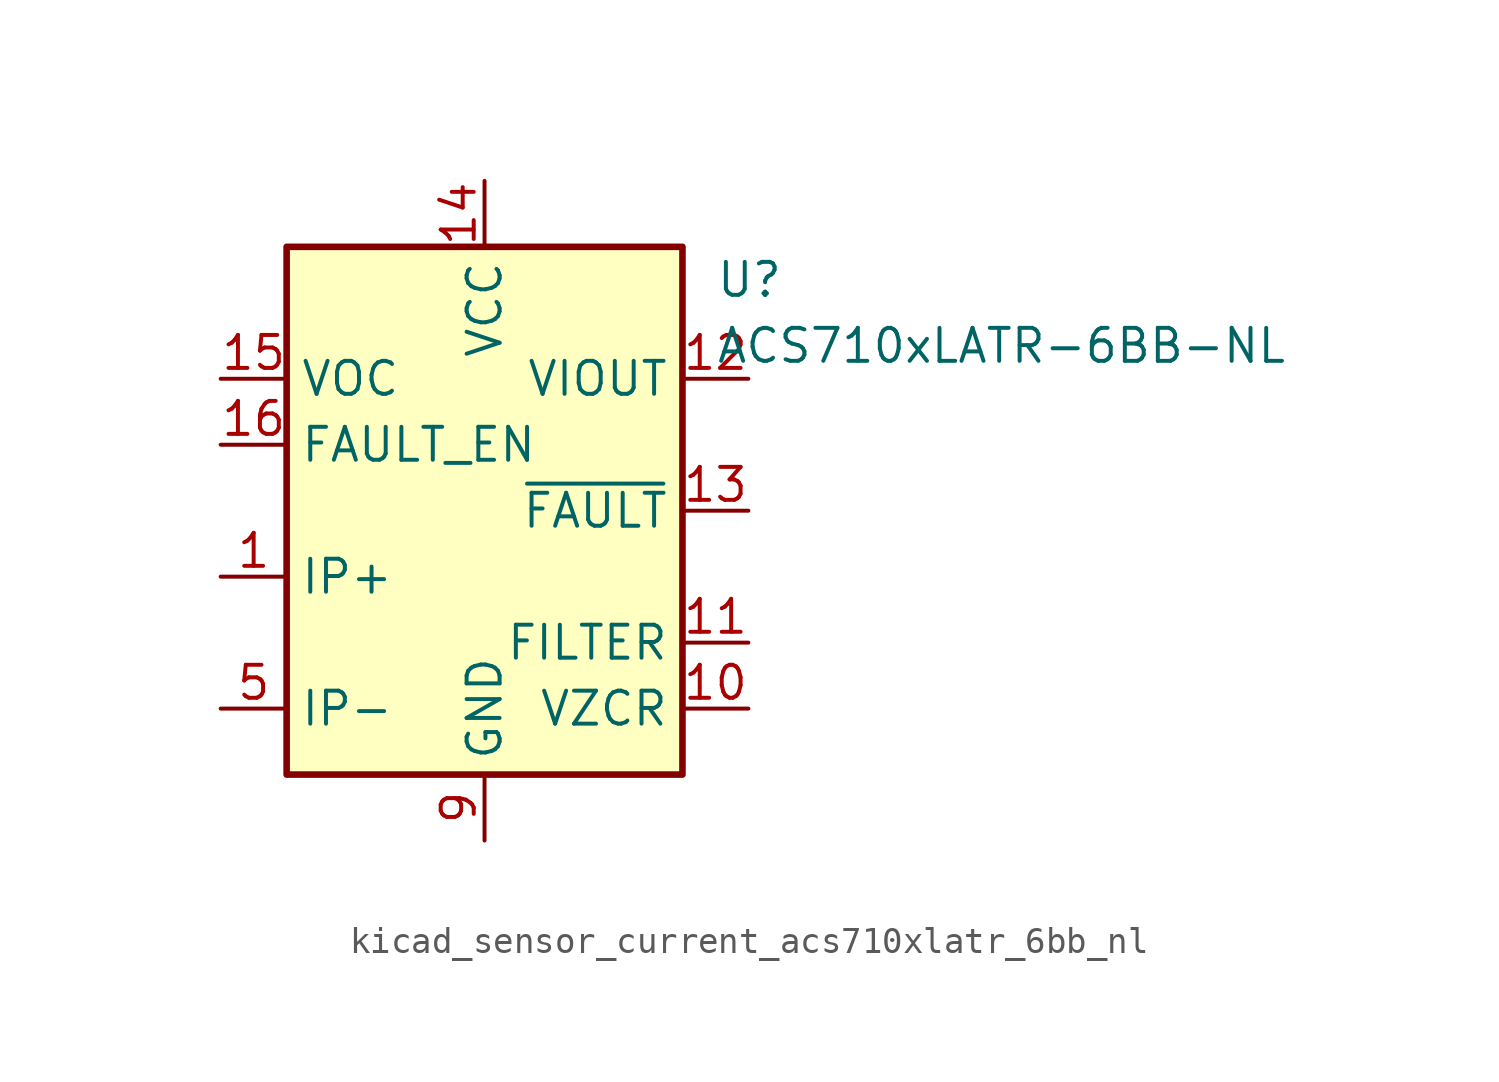
<source format=kicad_sym>
(kicad_symbol_lib
  (version 20220914)
  (generator kicad_symbol_editor)
  (symbol "kicad_sensor_current_acs710xlatr_6bb_nl"
    (property "Reference" "U"
      (at 8.89 8.89 0)
      (effects (font (size 1.27 1.27)) (justify left)))
    (property "Value" "ACS710xLATR-6BB-NL"
      (at 8.89 6.35 0)
      (effects (font (size 1.27 1.27)) (justify left)))
    (symbol "kicad_sensor_current_acs710xlatr_6bb_nl_0_1"
      (rectangle (start -7.62 10.16) (end 7.62 -10.16) (stroke (width 0.254) (type default)) (fill (type background))))
    (symbol "kicad_sensor_current_acs710xlatr_6bb_nl_1_1"
      (pin passive line (at -10.16 -2.54 0) (length 2.54) (name "IP+" (effects (font (size 1.27 1.27)))) (number "1" (effects (font (size 1.27 1.27)))))
      (pin passive line (at 10.16 -7.62 180) (length 2.54) (name "VZCR" (effects (font (size 1.27 1.27)))) (number "10" (effects (font (size 1.27 1.27)))))
      (pin passive line (at 10.16 -5.08 180) (length 2.54) (name "FILTER" (effects (font (size 1.27 1.27)))) (number "11" (effects (font (size 1.27 1.27)))))
      (pin output line (at 10.16 5.08 180) (length 2.54) (name "VIOUT" (effects (font (size 1.27 1.27)))) (number "12" (effects (font (size 1.27 1.27)))))
      (pin output line (at 10.16 0 180) (length 2.54) (name "~{FAULT}" (effects (font (size 1.27 1.27)))) (number "13" (effects (font (size 1.27 1.27)))))
      (pin power_in line (at 0 12.7 270) (length 2.54) (name "VCC" (effects (font (size 1.27 1.27)))) (number "14" (effects (font (size 1.27 1.27)))))
      (pin input line (at -10.16 5.08 0) (length 2.54) (name "VOC" (effects (font (size 1.27 1.27)))) (number "15" (effects (font (size 1.27 1.27)))))
      (pin input line (at -10.16 2.54 0) (length 2.54) (name "FAULT_EN" (effects (font (size 1.27 1.27)))) (number "16" (effects (font (size 1.27 1.27)))))
      (pin passive line (at -10.16 -2.54 0) (length 2.54) hide (name "IP+" (effects (font (size 1.27 1.27)))) (number "2" (effects (font (size 1.27 1.27)))))
      (pin passive line (at -10.16 -2.54 0) (length 2.54) hide (name "IP+" (effects (font (size 1.27 1.27)))) (number "3" (effects (font (size 1.27 1.27)))))
      (pin passive line (at -10.16 -2.54 0) (length 2.54) hide (name "IP+" (effects (font (size 1.27 1.27)))) (number "4" (effects (font (size 1.27 1.27)))))
      (pin passive line (at -10.16 -7.62 0) (length 2.54) (name "IP-" (effects (font (size 1.27 1.27)))) (number "5" (effects (font (size 1.27 1.27)))))
      (pin passive line (at -10.16 -7.62 0) (length 2.54) hide (name "IP-" (effects (font (size 1.27 1.27)))) (number "6" (effects (font (size 1.27 1.27)))))
      (pin passive line (at -10.16 -7.62 0) (length 2.54) hide (name "IP-" (effects (font (size 1.27 1.27)))) (number "7" (effects (font (size 1.27 1.27)))))
      (pin passive line (at -10.16 -7.62 0) (length 2.54) hide (name "IP-" (effects (font (size 1.27 1.27)))) (number "8" (effects (font (size 1.27 1.27)))))
      (pin power_in line (at 0 -12.7 90) (length 2.54) (name "GND" (effects (font (size 1.27 1.27)))) (number "9" (effects (font (size 1.27 1.27))))))))
</source>
